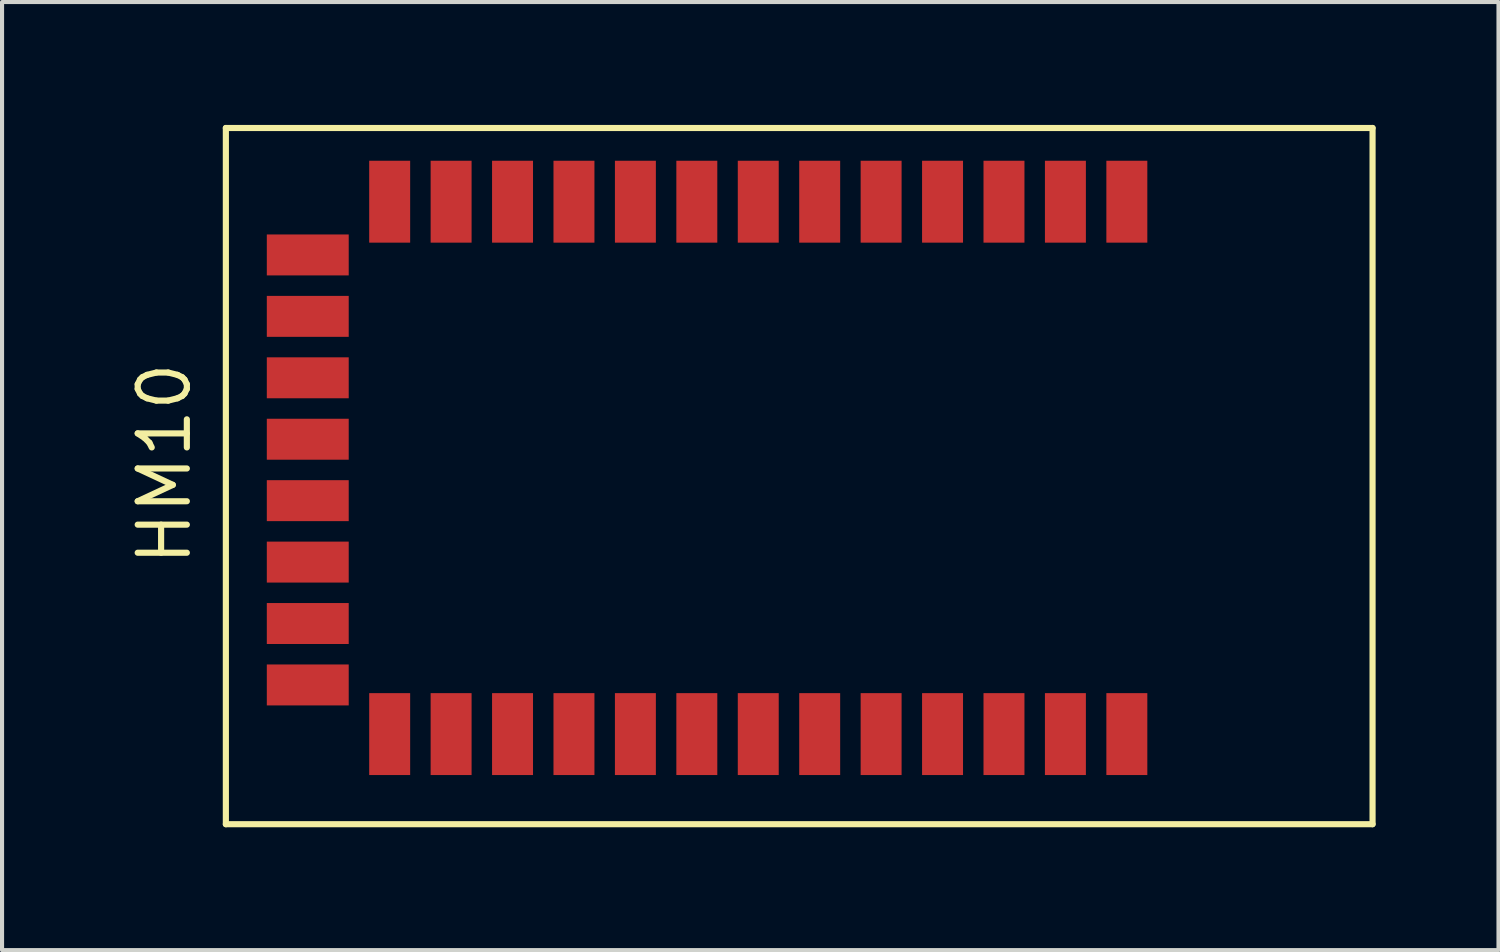
<source format=kicad_pcb>
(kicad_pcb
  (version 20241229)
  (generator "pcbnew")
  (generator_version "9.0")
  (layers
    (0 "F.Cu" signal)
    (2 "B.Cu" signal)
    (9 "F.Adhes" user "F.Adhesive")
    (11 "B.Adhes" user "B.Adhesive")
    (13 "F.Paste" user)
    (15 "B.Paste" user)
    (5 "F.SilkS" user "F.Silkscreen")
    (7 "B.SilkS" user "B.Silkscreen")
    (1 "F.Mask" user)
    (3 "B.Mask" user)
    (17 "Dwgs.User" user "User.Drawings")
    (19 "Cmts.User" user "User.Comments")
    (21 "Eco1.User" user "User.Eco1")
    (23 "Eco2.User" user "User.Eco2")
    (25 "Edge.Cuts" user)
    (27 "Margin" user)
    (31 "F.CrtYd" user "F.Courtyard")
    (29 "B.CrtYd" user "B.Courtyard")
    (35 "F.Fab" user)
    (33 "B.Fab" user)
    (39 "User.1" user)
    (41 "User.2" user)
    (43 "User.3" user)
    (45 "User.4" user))
  (footprint "HM10"
    (layer "F.Cu")
    (at 16.925 8.345)
    (property "Reference" "HM10" (at -15.96 -0.07 90) (layer "F.SilkS") (effects (font (size 1.2 1.2) (thickness 0.15))))
    (attr through_hole)
    (fp_line (start -14.46 -8.27) (end -14.46 8.73) (stroke (width 0.15) (type solid)) (layer "F.SilkS"))
    (fp_line (start -14.46 -8.27) (end 13.54 -8.27) (stroke (width 0.15) (type solid)) (layer "F.SilkS"))
    (fp_line (start -14.46 8.73) (end 13.54 8.73) (stroke (width 0.15) (type solid)) (layer "F.SilkS"))
    (fp_line (start 13.54 -8.27) (end 13.54 8.73) (stroke (width 0.15) (type solid)) (layer "F.SilkS"))
    (pad "1" smd rect (at 7.54 -6.47) (size 1 2) (layers "F.Cu" "F.Mask" "F.Paste"))
    (pad "2" smd rect (at 6.04 -6.47) (size 1 2) (layers "F.Cu" "F.Mask" "F.Paste"))
    (pad "3" smd rect (at 4.54 -6.47) (size 1 2) (layers "F.Cu" "F.Mask" "F.Paste"))
    (pad "4" smd rect (at 3.04 -6.47) (size 1 2) (layers "F.Cu" "F.Mask" "F.Paste"))
    (pad "5" smd rect (at 1.54 -6.47) (size 1 2) (layers "F.Cu" "F.Mask" "F.Paste"))
    (pad "6" smd rect (at 0.04 -6.47) (size 1 2) (layers "F.Cu" "F.Mask" "F.Paste"))
    (pad "7" smd rect (at -1.46 -6.47) (size 1 2) (layers "F.Cu" "F.Mask" "F.Paste"))
    (pad "8" smd rect (at -2.96 -6.47) (size 1 2) (layers "F.Cu" "F.Mask" "F.Paste"))
    (pad "9" smd rect (at -4.46 -6.47) (size 1 2) (layers "F.Cu" "F.Mask" "F.Paste"))
    (pad "10" smd rect (at -5.96 -6.47) (size 1 2) (layers "F.Cu" "F.Mask" "F.Paste"))
    (pad "11" smd rect (at -7.46 -6.47) (size 1 2) (layers "F.Cu" "F.Mask" "F.Paste"))
    (pad "12" smd rect (at -8.96 -6.47) (size 1 2) (layers "F.Cu" "F.Mask" "F.Paste"))
    (pad "13" smd rect (at -10.46 -6.47) (size 1 2) (layers "F.Cu" "F.Mask" "F.Paste"))
    (pad "14" smd rect (at -12.46 -5.17) (size 2 1) (layers "F.Cu" "F.Mask" "F.Paste"))
    (pad "15" smd rect (at -12.46 -3.67) (size 2 1) (layers "F.Cu" "F.Mask" "F.Paste"))
    (pad "16" smd rect (at -12.46 -2.17) (size 2 1) (layers "F.Cu" "F.Mask" "F.Paste"))
    (pad "17" smd rect (at -12.46 -0.67) (size 2 1) (layers "F.Cu" "F.Mask" "F.Paste"))
    (pad "18" smd rect (at -12.46 0.83) (size 2 1) (layers "F.Cu" "F.Mask" "F.Paste"))
    (pad "19" smd rect (at -12.46 2.33) (size 2 1) (layers "F.Cu" "F.Mask" "F.Paste"))
    (pad "20" smd rect (at -12.46 3.83) (size 2 1) (layers "F.Cu" "F.Mask" "F.Paste"))
    (pad "21" smd rect (at -12.46 5.33) (size 2 1) (layers "F.Cu" "F.Mask" "F.Paste"))
    (pad "22" smd rect (at -10.46 6.53) (size 1 2) (layers "F.Cu" "F.Mask" "F.Paste"))
    (pad "23" smd rect (at -8.96 6.53) (size 1 2) (layers "F.Cu" "F.Mask" "F.Paste"))
    (pad "24" smd rect (at -7.46 6.53) (size 1 2) (layers "F.Cu" "F.Mask" "F.Paste"))
    (pad "25" smd rect (at -5.96 6.53) (size 1 2) (layers "F.Cu" "F.Mask" "F.Paste"))
    (pad "26" smd rect (at -4.46 6.53) (size 1 2) (layers "F.Cu" "F.Mask" "F.Paste"))
    (pad "27" smd rect (at -2.96 6.53) (size 1 2) (layers "F.Cu" "F.Mask" "F.Paste"))
    (pad "28" smd rect (at -1.46 6.53) (size 1 2) (layers "F.Cu" "F.Mask" "F.Paste"))
    (pad "29" smd rect (at 0.04 6.53) (size 1 2) (layers "F.Cu" "F.Mask" "F.Paste"))
    (pad "30" smd rect (at 1.54 6.53) (size 1 2) (layers "F.Cu" "F.Mask" "F.Paste"))
    (pad "31" smd rect (at 3.04 6.53) (size 1 2) (layers "F.Cu" "F.Mask" "F.Paste"))
    (pad "32" smd rect (at 4.54 6.53) (size 1 2) (layers "F.Cu" "F.Mask" "F.Paste"))
    (pad "33" smd rect (at 6.04 6.53) (size 1 2) (layers "F.Cu" "F.Mask" "F.Paste"))
    (pad "34" smd rect (at 7.54 6.53) (size 1 2) (layers "F.Cu" "F.Mask" "F.Paste")))
  (gr_rect
    (start -3 -3)
    (end 33.54 20.15)
    (stroke (width 0.1) (type default))
    (fill no)
    (layer "Edge.Cuts")))
</source>
